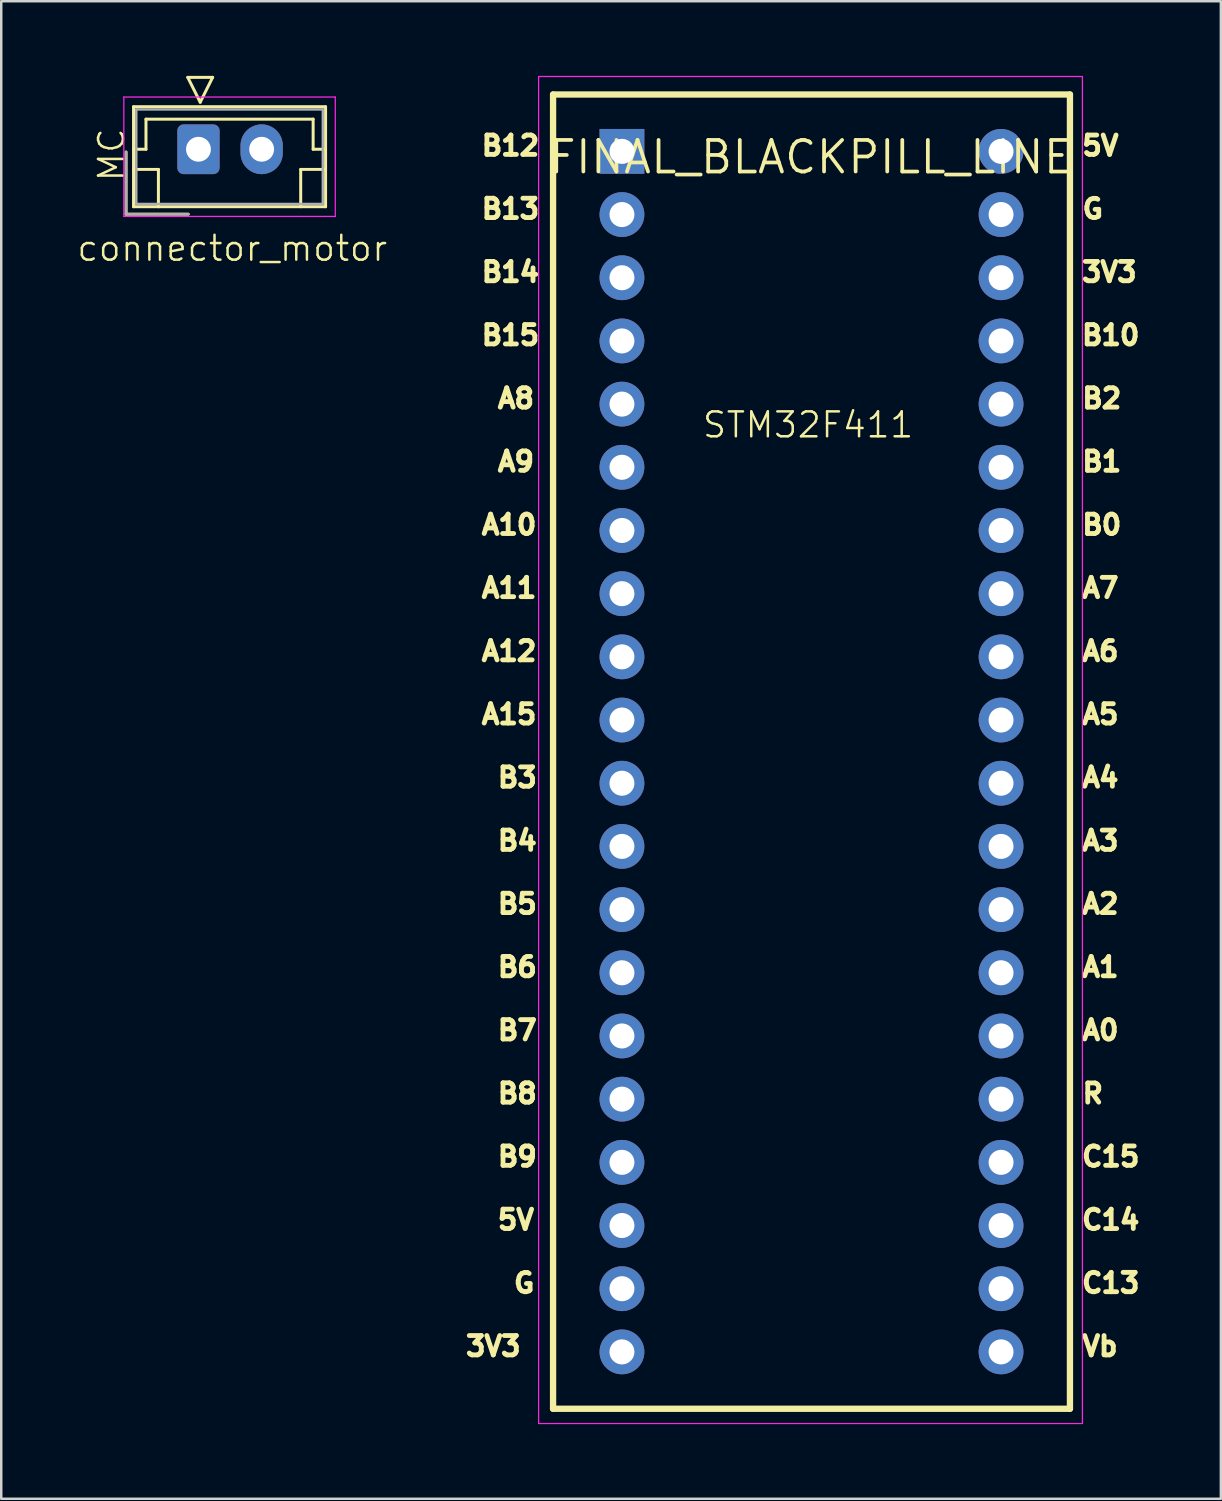
<source format=kicad_pcb>
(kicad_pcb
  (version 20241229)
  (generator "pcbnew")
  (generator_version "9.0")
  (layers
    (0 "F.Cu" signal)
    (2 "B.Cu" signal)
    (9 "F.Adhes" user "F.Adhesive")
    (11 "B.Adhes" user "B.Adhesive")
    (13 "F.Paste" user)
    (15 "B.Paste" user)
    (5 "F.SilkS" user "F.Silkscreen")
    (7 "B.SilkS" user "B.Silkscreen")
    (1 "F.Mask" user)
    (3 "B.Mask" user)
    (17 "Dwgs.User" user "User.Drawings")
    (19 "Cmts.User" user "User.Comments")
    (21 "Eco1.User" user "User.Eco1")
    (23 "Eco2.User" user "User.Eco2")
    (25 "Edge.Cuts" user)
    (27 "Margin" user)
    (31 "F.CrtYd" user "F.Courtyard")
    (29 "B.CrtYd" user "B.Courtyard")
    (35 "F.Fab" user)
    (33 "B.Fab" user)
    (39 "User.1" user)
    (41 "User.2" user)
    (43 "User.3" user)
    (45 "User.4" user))
  (footprint "connector_motor"
    (layer "F.Cu")
    (at 6.288 7.43)
    (property "Reference" "connector_motor" (at 0 -0.5 0) (unlocked yes) (layer "F.SilkS") (effects (font (size 1 1) (thickness 0.1))))
    (attr through_hole)
    (fp_line (start -4.27 -4.37) (end -4.27 -1.87) (stroke (width 0.12) (type solid)) (layer "F.SilkS"))
    (fp_line (start -4.27 -1.87) (end -1.77 -1.87) (stroke (width 0.12) (type solid)) (layer "F.SilkS"))
    (fp_line (start -3.97 -6.19) (end -3.97 -2.17) (stroke (width 0.12) (type solid)) (layer "F.SilkS"))
    (fp_line (start -3.97 -4.48) (end -3.47 -4.48) (stroke (width 0.12) (type solid)) (layer "F.SilkS"))
    (fp_line (start -3.97 -3.67) (end -2.97 -3.67) (stroke (width 0.12) (type solid)) (layer "F.SilkS"))
    (fp_line (start -3.97 -2.17) (end 3.75 -2.17) (stroke (width 0.12) (type solid)) (layer "F.SilkS"))
    (fp_line (start -3.47 -5.69) (end 3.25 -5.69) (stroke (width 0.12) (type solid)) (layer "F.SilkS"))
    (fp_line (start -3.47 -4.48) (end -3.47 -5.69) (stroke (width 0.12) (type solid)) (layer "F.SilkS"))
    (fp_line (start -2.97 -3.67) (end -2.97 -2.17) (stroke (width 0.12) (type solid)) (layer "F.SilkS"))
    (fp_line (start -1.79 -7.37) (end -1.29 -6.37) (stroke (width 0.12) (type solid)) (layer "F.SilkS"))
    (fp_line (start -1.29 -6.37) (end -0.79 -7.37) (stroke (width 0.12) (type solid)) (layer "F.SilkS"))
    (fp_line (start -0.79 -7.37) (end -1.79 -7.37) (stroke (width 0.12) (type solid)) (layer "F.SilkS"))
    (fp_line (start 2.75 -3.67) (end 2.75 -2.17) (stroke (width 0.12) (type solid)) (layer "F.SilkS"))
    (fp_line (start 3.25 -5.69) (end 3.25 -4.48) (stroke (width 0.12) (type solid)) (layer "F.SilkS"))
    (fp_line (start 3.25 -4.48) (end 3.75 -4.48) (stroke (width 0.12) (type solid)) (layer "F.SilkS"))
    (fp_line (start 3.75 -6.19) (end -3.97 -6.19) (stroke (width 0.12) (type solid)) (layer "F.SilkS"))
    (fp_line (start 3.75 -3.67) (end 2.75 -3.67) (stroke (width 0.12) (type solid)) (layer "F.SilkS"))
    (fp_line (start 3.75 -2.17) (end 3.75 -6.19) (stroke (width 0.12) (type solid)) (layer "F.SilkS"))
    (fp_line (start -4.36 -6.58) (end -4.36 -1.78) (stroke (width 0.05) (type solid)) (layer "F.CrtYd"))
    (fp_line (start -4.36 -1.78) (end 4.14 -1.78) (stroke (width 0.05) (type solid)) (layer "F.CrtYd"))
    (fp_line (start 4.14 -6.58) (end -4.36 -6.58) (stroke (width 0.05) (type solid)) (layer "F.CrtYd"))
    (fp_line (start 4.14 -1.78) (end 4.14 -6.58) (stroke (width 0.05) (type solid)) (layer "F.CrtYd"))
    (fp_line (start -4.27 -4.37) (end -4.27 -1.87) (stroke (width 0.1) (type solid)) (layer "F.Fab"))
    (fp_line (start -4.27 -1.87) (end -1.77 -1.87) (stroke (width 0.1) (type solid)) (layer "F.Fab"))
    (fp_line (start -3.86 -6.08) (end -3.86 -2.28) (stroke (width 0.1) (type solid)) (layer "F.Fab"))
    (fp_line (start -3.86 -2.28) (end 3.64 -2.28) (stroke (width 0.1) (type solid)) (layer "F.Fab"))
    (fp_line (start 3.64 -6.08) (end -3.86 -6.08) (stroke (width 0.1) (type solid)) (layer "F.Fab"))
    (fp_line (start 3.64 -2.28) (end 3.64 -6.08) (stroke (width 0.1) (type solid)) (layer "F.Fab"))
    (fp_text user "MC" (at -4.27 -3.12 90) (unlocked yes) (layer "F.SilkS") (effects (font (size 1 1) (thickness 0.1)) (justify left bottom)))
    (pad "1" thru_hole roundrect (at -1.36 -4.48) (size 1.7 2) (drill 1) (layers "*.Cu" "*.Mask") (roundrect_rratio 0.147))
    (pad "2" thru_hole oval (at 1.18 -4.48) (size 1.7 2) (drill 1) (layers "*.Cu" "*.Mask")))
  (footprint "FINAL_BLACKPILL_LINE"
    (layer "F.Cu")
    (at 29.572 27.165)
    (property "Reference" "FINAL_BLACKPILL_LINE" (at -0.04 -23.9 0) (layer "F.SilkS") (effects (font (size 1.27 1.27) (thickness 0.15))))
    (fp_line (start -10.389 -26.416) (end 10.389 -26.416) (stroke (width 0.254) (type default)) (layer "F.SilkS"))
    (fp_line (start -10.389 26.416) (end -10.389 -26.416) (stroke (width 0.254) (type default)) (layer "F.SilkS"))
    (fp_line (start 10.389 -26.416) (end 10.389 26.416) (stroke (width 0.254) (type default)) (layer "F.SilkS"))
    (fp_line (start 10.389 26.416) (end -10.389 26.416) (stroke (width 0.254) (type default)) (layer "F.SilkS"))
    (fp_rect (start -10.97 -27.14) (end 10.89 27.01) (stroke (width 0.05) (type default)) (fill no) (layer "F.CrtYd"))
    (fp_text user "A11" (at -13.361 -7.034 0) (unlocked yes) (layer "F.SilkS") (effects (font (size 0.778 0.778) (thickness 0.203)) (justify left top)))
    (fp_text user "B10" (at 10.769 -17.194 0) (unlocked yes) (layer "F.SilkS") (effects (font (size 0.778 0.778) (thickness 0.203)) (justify left top)))
    (fp_text user "A10" (at -13.361 -9.574 0) (unlocked yes) (layer "F.SilkS") (effects (font (size 0.778 0.778) (thickness 0.203)) (justify left top)))
    (fp_text user "B13" (at -13.361 -22.274 0) (unlocked yes) (layer "F.SilkS") (effects (font (size 0.778 0.778) (thickness 0.203)) (justify left top)))
    (fp_text user "3V3" (at 10.769 -19.734 0) (unlocked yes) (layer "F.SilkS") (effects (font (size 0.778 0.778) (thickness 0.203)) (justify left top)))
    (fp_text user "B9" (at -12.714 15.826 0) (unlocked yes) (layer "F.SilkS") (effects (font (size 0.778 0.778) (thickness 0.203)) (justify left top)))
    (fp_text user "B6" (at -12.714 8.206 0) (unlocked yes) (layer "F.SilkS") (effects (font (size 0.778 0.778) (thickness 0.203)) (justify left top)))
    (fp_text user "A6" (at 10.781 -4.494 0) (unlocked yes) (layer "F.SilkS") (effects (font (size 0.778 0.778) (thickness 0.203)) (justify left top)))
    (fp_text user "B3" (at -12.714 0.586 0) (unlocked yes) (layer "F.SilkS") (effects (font (size 0.778 0.778) (thickness 0.203)) (justify left top)))
    (fp_text user "C14" (at 10.769 18.366 0) (unlocked yes) (layer "F.SilkS") (effects (font (size 0.778 0.778) (thickness 0.203)) (justify left top)))
    (fp_text user "5V" (at 10.781 -24.814 0) (unlocked yes) (layer "F.SilkS") (effects (font (size 0.778 0.778) (thickness 0.203)) (justify left top)))
    (fp_text user "B7" (at -12.714 10.746 0) (unlocked yes) (layer "F.SilkS") (effects (font (size 0.778 0.778) (thickness 0.203)) (justify left top)))
    (fp_text user "STM32F411" (at -4.44 -12.55 0) (unlocked yes) (layer "F.SilkS") (effects (font (size 1 1) (thickness 0.1)) (justify left bottom)))
    (fp_text user "A7" (at 10.781 -7.034 0) (unlocked yes) (layer "F.SilkS") (effects (font (size 0.778 0.778) (thickness 0.203)) (justify left top)))
    (fp_text user "A3" (at 10.781 3.126 0) (unlocked yes) (layer "F.SilkS") (effects (font (size 0.778 0.778) (thickness 0.203)) (justify left top)))
    (fp_text user "G" (at 10.795 -22.268 0) (unlocked yes) (layer "F.SilkS") (effects (font (size 0.772 0.772) (thickness 0.203)) (justify left top)))
    (fp_text user "A15" (at -13.361 -1.954 0) (unlocked yes) (layer "F.SilkS") (effects (font (size 0.778 0.778) (thickness 0.203)) (justify left top)))
    (fp_text user "B2" (at 10.781 -14.654 0) (unlocked yes) (layer "F.SilkS") (effects (font (size 0.778 0.778) (thickness 0.203)) (justify left top)))
    (fp_text user "Vb" (at 10.781 23.446 0) (unlocked yes) (layer "F.SilkS") (effects (font (size 0.778 0.778) (thickness 0.203)) (justify left top)))
    (fp_text user "A0" (at 10.781 10.746 0) (unlocked yes) (layer "F.SilkS") (effects (font (size 0.778 0.778) (thickness 0.203)) (justify left top)))
    (fp_text user "G" (at -12.065 20.912 0) (unlocked yes) (layer "F.SilkS") (effects (font (size 0.772 0.772) (thickness 0.203)) (justify left top)))
    (fp_text user "A2" (at 10.781 5.666 0) (unlocked yes) (layer "F.SilkS") (effects (font (size 0.778 0.778) (thickness 0.203)) (justify left top)))
    (fp_text user "C13" (at 10.769 20.906 0) (unlocked yes) (layer "F.SilkS") (effects (font (size 0.778 0.778) (thickness 0.203)) (justify left top)))
    (fp_text user "A12" (at -13.361 -4.494 0) (unlocked yes) (layer "F.SilkS") (effects (font (size 0.778 0.778) (thickness 0.203)) (justify left top)))
    (fp_text user "A4" (at 10.781 0.586 0) (unlocked yes) (layer "F.SilkS") (effects (font (size 0.778 0.778) (thickness 0.203)) (justify left top)))
    (fp_text user "B14" (at -13.361 -19.734 0) (unlocked yes) (layer "F.SilkS") (effects (font (size 0.778 0.778) (thickness 0.203)) (justify left top)))
    (fp_text user "A5" (at 10.781 -1.954 0) (unlocked yes) (layer "F.SilkS") (effects (font (size 0.778 0.778) (thickness 0.203)) (justify left top)))
    (fp_text user "B8" (at -12.714 13.286 0) (unlocked yes) (layer "F.SilkS") (effects (font (size 0.778 0.778) (thickness 0.203)) (justify left top)))
    (fp_text user "A8" (at -12.714 -14.654 0) (unlocked yes) (layer "F.SilkS") (effects (font (size 0.778 0.778) (thickness 0.203)) (justify left top)))
    (fp_text user "3V3" (at -13.996 23.446 0) (unlocked yes) (layer "F.SilkS") (effects (font (size 0.778 0.778) (thickness 0.203)) (justify left top)))
    (fp_text user "A1" (at 10.781 8.206 0) (unlocked yes) (layer "F.SilkS") (effects (font (size 0.778 0.778) (thickness 0.203)) (justify left top)))
    (fp_text user "B1" (at 10.781 -12.114 0) (unlocked yes) (layer "F.SilkS") (effects (font (size 0.778 0.778) (thickness 0.203)) (justify left top)))
    (fp_text user "B0" (at 10.781 -9.574 0) (unlocked yes) (layer "F.SilkS") (effects (font (size 0.778 0.778) (thickness 0.203)) (justify left top)))
    (fp_text user "A9" (at -12.714 -12.114 0) (unlocked yes) (layer "F.SilkS") (effects (font (size 0.778 0.778) (thickness 0.203)) (justify left top)))
    (fp_text user "B12" (at -13.361 -24.814 0) (unlocked yes) (layer "F.SilkS") (effects (font (size 0.778 0.778) (thickness 0.203)) (justify left top)))
    (fp_text user "B15" (at -13.361 -17.194 0) (unlocked yes) (layer "F.SilkS") (effects (font (size 0.778 0.778) (thickness 0.203)) (justify left top)))
    (fp_text user "B4" (at -12.714 3.126 0) (unlocked yes) (layer "F.SilkS") (effects (font (size 0.778 0.778) (thickness 0.203)) (justify left top)))
    (fp_text user "5V" (at -12.714 18.366 0) (unlocked yes) (layer "F.SilkS") (effects (font (size 0.778 0.778) (thickness 0.203)) (justify left top)))
    (fp_text user "R" (at 10.795 13.292 0) (unlocked yes) (layer "F.SilkS") (effects (font (size 0.772 0.772) (thickness 0.203)) (justify left top)))
    (fp_text user "B5" (at -12.714 5.666 0) (unlocked yes) (layer "F.SilkS") (effects (font (size 0.778 0.778) (thickness 0.203)) (justify left top)))
    (fp_text user "C15" (at 10.769 15.826 0) (unlocked yes) (layer "F.SilkS") (effects (font (size 0.778 0.778) (thickness 0.203)) (justify left top)))
    (pad "1" thru_hole rect (at -7.62 -24.13 270) (size 1.801 1.801) (drill oval 1.006 1.001) (layers "*.Cu" "*.Mask"))
    (pad "2" thru_hole oval (at -7.62 -21.59 270) (size 1.801 1.801) (drill oval 1.006 1.001) (layers "*.Cu" "*.Mask"))
    (pad "3" thru_hole oval (at -7.62 -19.05 270) (size 1.801 1.801) (drill oval 1.006 1.001) (layers "*.Cu" "*.Mask"))
    (pad "4" thru_hole oval (at -7.62 -16.51 270) (size 1.801 1.801) (drill oval 1.006 1.001) (layers "*.Cu" "*.Mask"))
    (pad "5" thru_hole oval (at -7.62 -13.97 270) (size 1.801 1.801) (drill oval 1.006 1.001) (layers "*.Cu" "*.Mask"))
    (pad "6" thru_hole oval (at -7.62 -11.43 270) (size 1.801 1.801) (drill oval 1.006 1.001) (layers "*.Cu" "*.Mask"))
    (pad "7" thru_hole oval (at -7.62 -8.89 270) (size 1.801 1.801) (drill oval 1.006 1.001) (layers "*.Cu" "*.Mask"))
    (pad "8" thru_hole oval (at -7.62 -6.35 270) (size 1.801 1.801) (drill oval 1.006 1.001) (layers "*.Cu" "*.Mask"))
    (pad "9" thru_hole oval (at -7.62 -3.81 270) (size 1.801 1.801) (drill oval 1.006 1.001) (layers "*.Cu" "*.Mask"))
    (pad "10" thru_hole oval (at -7.62 -1.27 270) (size 1.801 1.801) (drill oval 1.006 1.001) (layers "*.Cu" "*.Mask"))
    (pad "11" thru_hole oval (at -7.62 1.27 270) (size 1.801 1.801) (drill oval 1.006 1.001) (layers "*.Cu" "*.Mask"))
    (pad "12" thru_hole oval (at -7.62 3.81 270) (size 1.801 1.801) (drill oval 1.006 1.001) (layers "*.Cu" "*.Mask"))
    (pad "13" thru_hole oval (at -7.62 6.35 270) (size 1.801 1.801) (drill oval 1.006 1.001) (layers "*.Cu" "*.Mask"))
    (pad "14" thru_hole oval (at -7.62 8.89 270) (size 1.801 1.801) (drill oval 1.006 1.001) (layers "*.Cu" "*.Mask"))
    (pad "15" thru_hole oval (at -7.62 11.43 270) (size 1.801 1.801) (drill oval 1.006 1.001) (layers "*.Cu" "*.Mask"))
    (pad "16" thru_hole oval (at -7.62 13.97 270) (size 1.801 1.801) (drill oval 1.006 1.001) (layers "*.Cu" "*.Mask"))
    (pad "17" thru_hole oval (at -7.62 16.51 270) (size 1.801 1.801) (drill oval 1.006 1.001) (layers "*.Cu" "*.Mask"))
    (pad "18" thru_hole oval (at -7.62 19.05 270) (size 1.801 1.801) (drill oval 1.006 1.001) (layers "*.Cu" "*.Mask"))
    (pad "19" thru_hole oval (at -7.62 21.59 270) (size 1.801 1.801) (drill oval 1.006 1.001) (layers "*.Cu" "*.Mask"))
    (pad "20" thru_hole oval (at -7.62 24.13 270) (size 1.801 1.801) (drill oval 1.006 1.001) (layers "*.Cu" "*.Mask"))
    (pad "21" thru_hole oval (at 7.62 -24.13 270) (size 1.801 1.801) (drill oval 1.006 1.001) (layers "*.Cu" "*.Mask"))
    (pad "22" thru_hole oval (at 7.62 -21.59 270) (size 1.801 1.801) (drill oval 1.006 1.001) (layers "*.Cu" "*.Mask"))
    (pad "23" thru_hole oval (at 7.62 -19.05 270) (size 1.801 1.801) (drill oval 1.006 1.001) (layers "*.Cu" "*.Mask"))
    (pad "24" thru_hole oval (at 7.62 -16.51 270) (size 1.801 1.801) (drill oval 1.006 1.001) (layers "*.Cu" "*.Mask"))
    (pad "25" thru_hole oval (at 7.62 -13.97 270) (size 1.801 1.801) (drill oval 1.006 1.001) (layers "*.Cu" "*.Mask"))
    (pad "26" thru_hole oval (at 7.62 -11.43 270) (size 1.801 1.801) (drill oval 1.006 1.001) (layers "*.Cu" "*.Mask"))
    (pad "27" thru_hole oval (at 7.62 -8.89 270) (size 1.801 1.801) (drill oval 1.006 1.001) (layers "*.Cu" "*.Mask"))
    (pad "28" thru_hole oval (at 7.62 -6.35 270) (size 1.801 1.801) (drill oval 1.006 1.001) (layers "*.Cu" "*.Mask"))
    (pad "29" thru_hole oval (at 7.62 -3.81 270) (size 1.801 1.801) (drill oval 1.006 1.001) (layers "*.Cu" "*.Mask"))
    (pad "30" thru_hole oval (at 7.62 -1.27 270) (size 1.801 1.801) (drill oval 1.006 1.001) (layers "*.Cu" "*.Mask"))
    (pad "31" thru_hole oval (at 7.62 1.27 270) (size 1.801 1.801) (drill oval 1.006 1.001) (layers "*.Cu" "*.Mask"))
    (pad "32" thru_hole oval (at 7.62 3.81 270) (size 1.801 1.801) (drill oval 1.006 1.001) (layers "*.Cu" "*.Mask"))
    (pad "33" thru_hole oval (at 7.62 6.35 270) (size 1.801 1.801) (drill oval 1.006 1.001) (layers "*.Cu" "*.Mask"))
    (pad "34" thru_hole oval (at 7.62 8.89 270) (size 1.801 1.801) (drill oval 1.006 1.001) (layers "*.Cu" "*.Mask"))
    (pad "35" thru_hole oval (at 7.62 11.43 270) (size 1.801 1.801) (drill oval 1.006 1.001) (layers "*.Cu" "*.Mask"))
    (pad "36" thru_hole oval (at 7.62 13.97 270) (size 1.801 1.801) (drill oval 1.006 1.001) (layers "*.Cu" "*.Mask"))
    (pad "37" thru_hole oval (at 7.62 16.51 270) (size 1.801 1.801) (drill oval 1.006 1.001) (layers "*.Cu" "*.Mask"))
    (pad "38" thru_hole oval (at 7.62 19.05 270) (size 1.801 1.801) (drill oval 1.006 1.001) (layers "*.Cu" "*.Mask"))
    (pad "39" thru_hole oval (at 7.62 21.59 270) (size 1.801 1.801) (drill oval 1.006 1.001) (layers "*.Cu" "*.Mask"))
    (pad "40" thru_hole oval (at 7.62 24.13 270) (size 1.801 1.801) (drill oval 1.006 1.001) (layers "*.Cu" "*.Mask")))
  (gr_rect
    (start -3 -3)
    (end 46.028 57.2)
    (stroke (width 0.1) (type default))
    (fill no)
    (layer "Edge.Cuts")))
</source>
